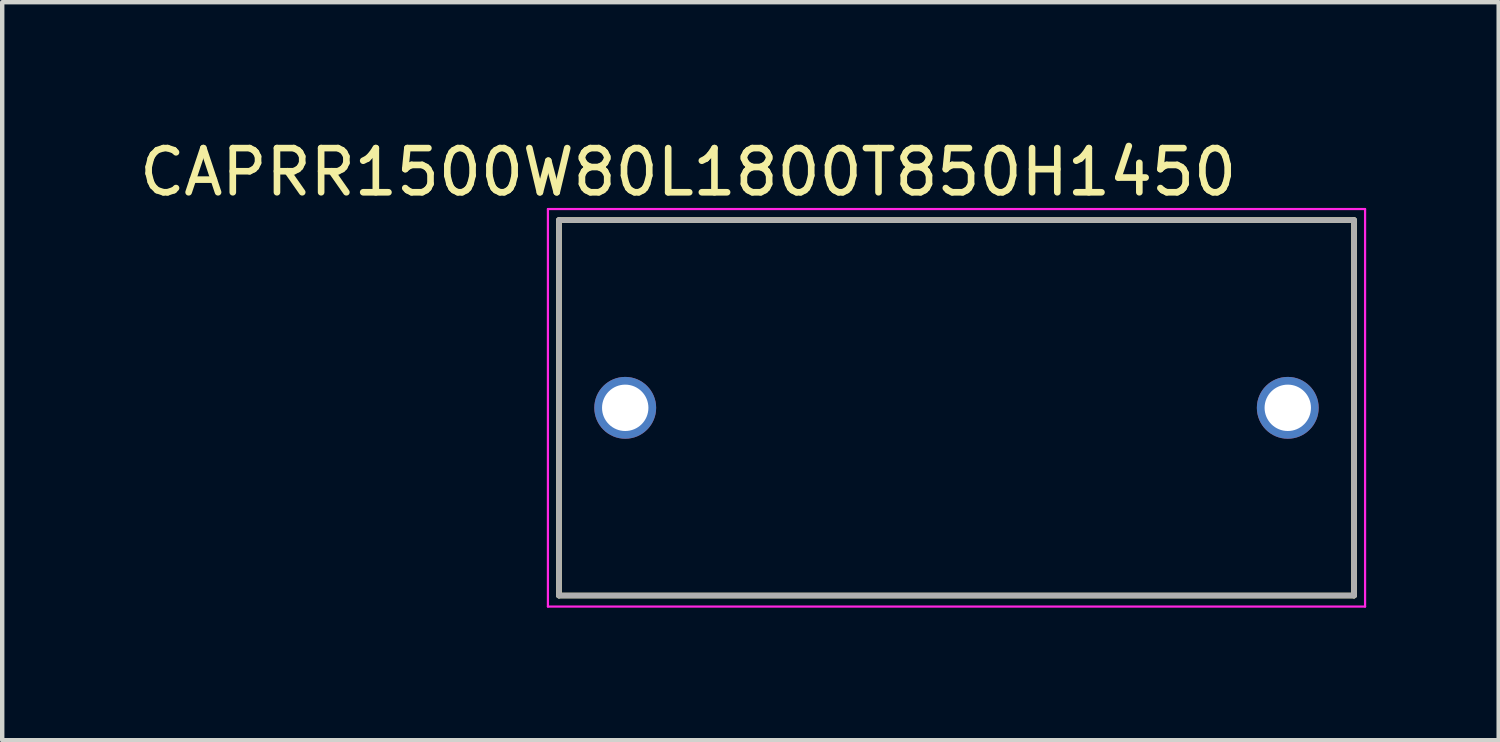
<source format=kicad_pcb>
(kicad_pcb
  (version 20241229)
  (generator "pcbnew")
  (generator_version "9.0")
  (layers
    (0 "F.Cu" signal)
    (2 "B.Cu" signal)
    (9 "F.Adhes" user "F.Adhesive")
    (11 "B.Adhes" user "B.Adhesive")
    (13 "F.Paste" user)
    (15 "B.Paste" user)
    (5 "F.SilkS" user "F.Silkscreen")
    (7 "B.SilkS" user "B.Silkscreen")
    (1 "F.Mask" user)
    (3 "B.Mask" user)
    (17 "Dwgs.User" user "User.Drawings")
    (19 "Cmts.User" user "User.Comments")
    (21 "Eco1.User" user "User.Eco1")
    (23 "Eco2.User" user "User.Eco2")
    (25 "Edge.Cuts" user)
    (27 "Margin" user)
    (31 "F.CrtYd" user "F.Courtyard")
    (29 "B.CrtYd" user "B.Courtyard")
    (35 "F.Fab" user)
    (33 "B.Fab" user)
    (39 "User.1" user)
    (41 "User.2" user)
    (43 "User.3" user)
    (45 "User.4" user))
  (footprint "CAPRR1500W80L1800T850H1450"
    (layer "F.Cu")
    (at 18.605 6.183)
    (property "Reference" "CAPRR1500W80L1800T850H1450" (at -6.075 -5.335 0) (layer "F.SilkS") (effects (font (size 1 1) (thickness 0.15))))
    (attr through_hole)
    (fp_line (start -9 -4.25) (end -9 4.25) (stroke (width 0.127) (type solid)) (layer "F.SilkS"))
    (fp_line (start -9 -4.25) (end 9 -4.25) (stroke (width 0.127) (type solid)) (layer "F.SilkS"))
    (fp_line (start -9 4.25) (end 9 4.25) (stroke (width 0.127) (type solid)) (layer "F.SilkS"))
    (fp_line (start 9 -4.25) (end 9 4.25) (stroke (width 0.127) (type solid)) (layer "F.SilkS"))
    (fp_line (start -9.25 -4.5) (end -9.25 4.5) (stroke (width 0.05) (type solid)) (layer "F.CrtYd"))
    (fp_line (start -9.25 -4.5) (end 9.25 -4.5) (stroke (width 0.05) (type solid)) (layer "F.CrtYd"))
    (fp_line (start 9.25 -4.5) (end 9.25 4.5) (stroke (width 0.05) (type solid)) (layer "F.CrtYd"))
    (fp_line (start 9.25 4.5) (end -9.25 4.5) (stroke (width 0.05) (type solid)) (layer "F.CrtYd"))
    (fp_line (start -9 -4.25) (end -9 4.25) (stroke (width 0.127) (type solid)) (layer "F.Fab"))
    (fp_line (start -9 -4.25) (end 9 -4.25) (stroke (width 0.127) (type solid)) (layer "F.Fab"))
    (fp_line (start 9 -4.25) (end 9 4.25) (stroke (width 0.127) (type solid)) (layer "F.Fab"))
    (fp_line (start 9 4.25) (end -9 4.25) (stroke (width 0.127) (type solid)) (layer "F.Fab"))
    (pad "1" thru_hole circle (at -7.5 0) (size 1.4 1.4) (drill 1.05) (layers "*.Cu" "*.Mask"))
    (pad "2" thru_hole circle (at 7.5 0) (size 1.4 1.4) (drill 1.05) (layers "*.Cu" "*.Mask")))
  (gr_rect
    (start -3 -3)
    (end 30.88 13.708)
    (stroke (width 0.1) (type default))
    (fill no)
    (layer "Edge.Cuts")))
</source>
